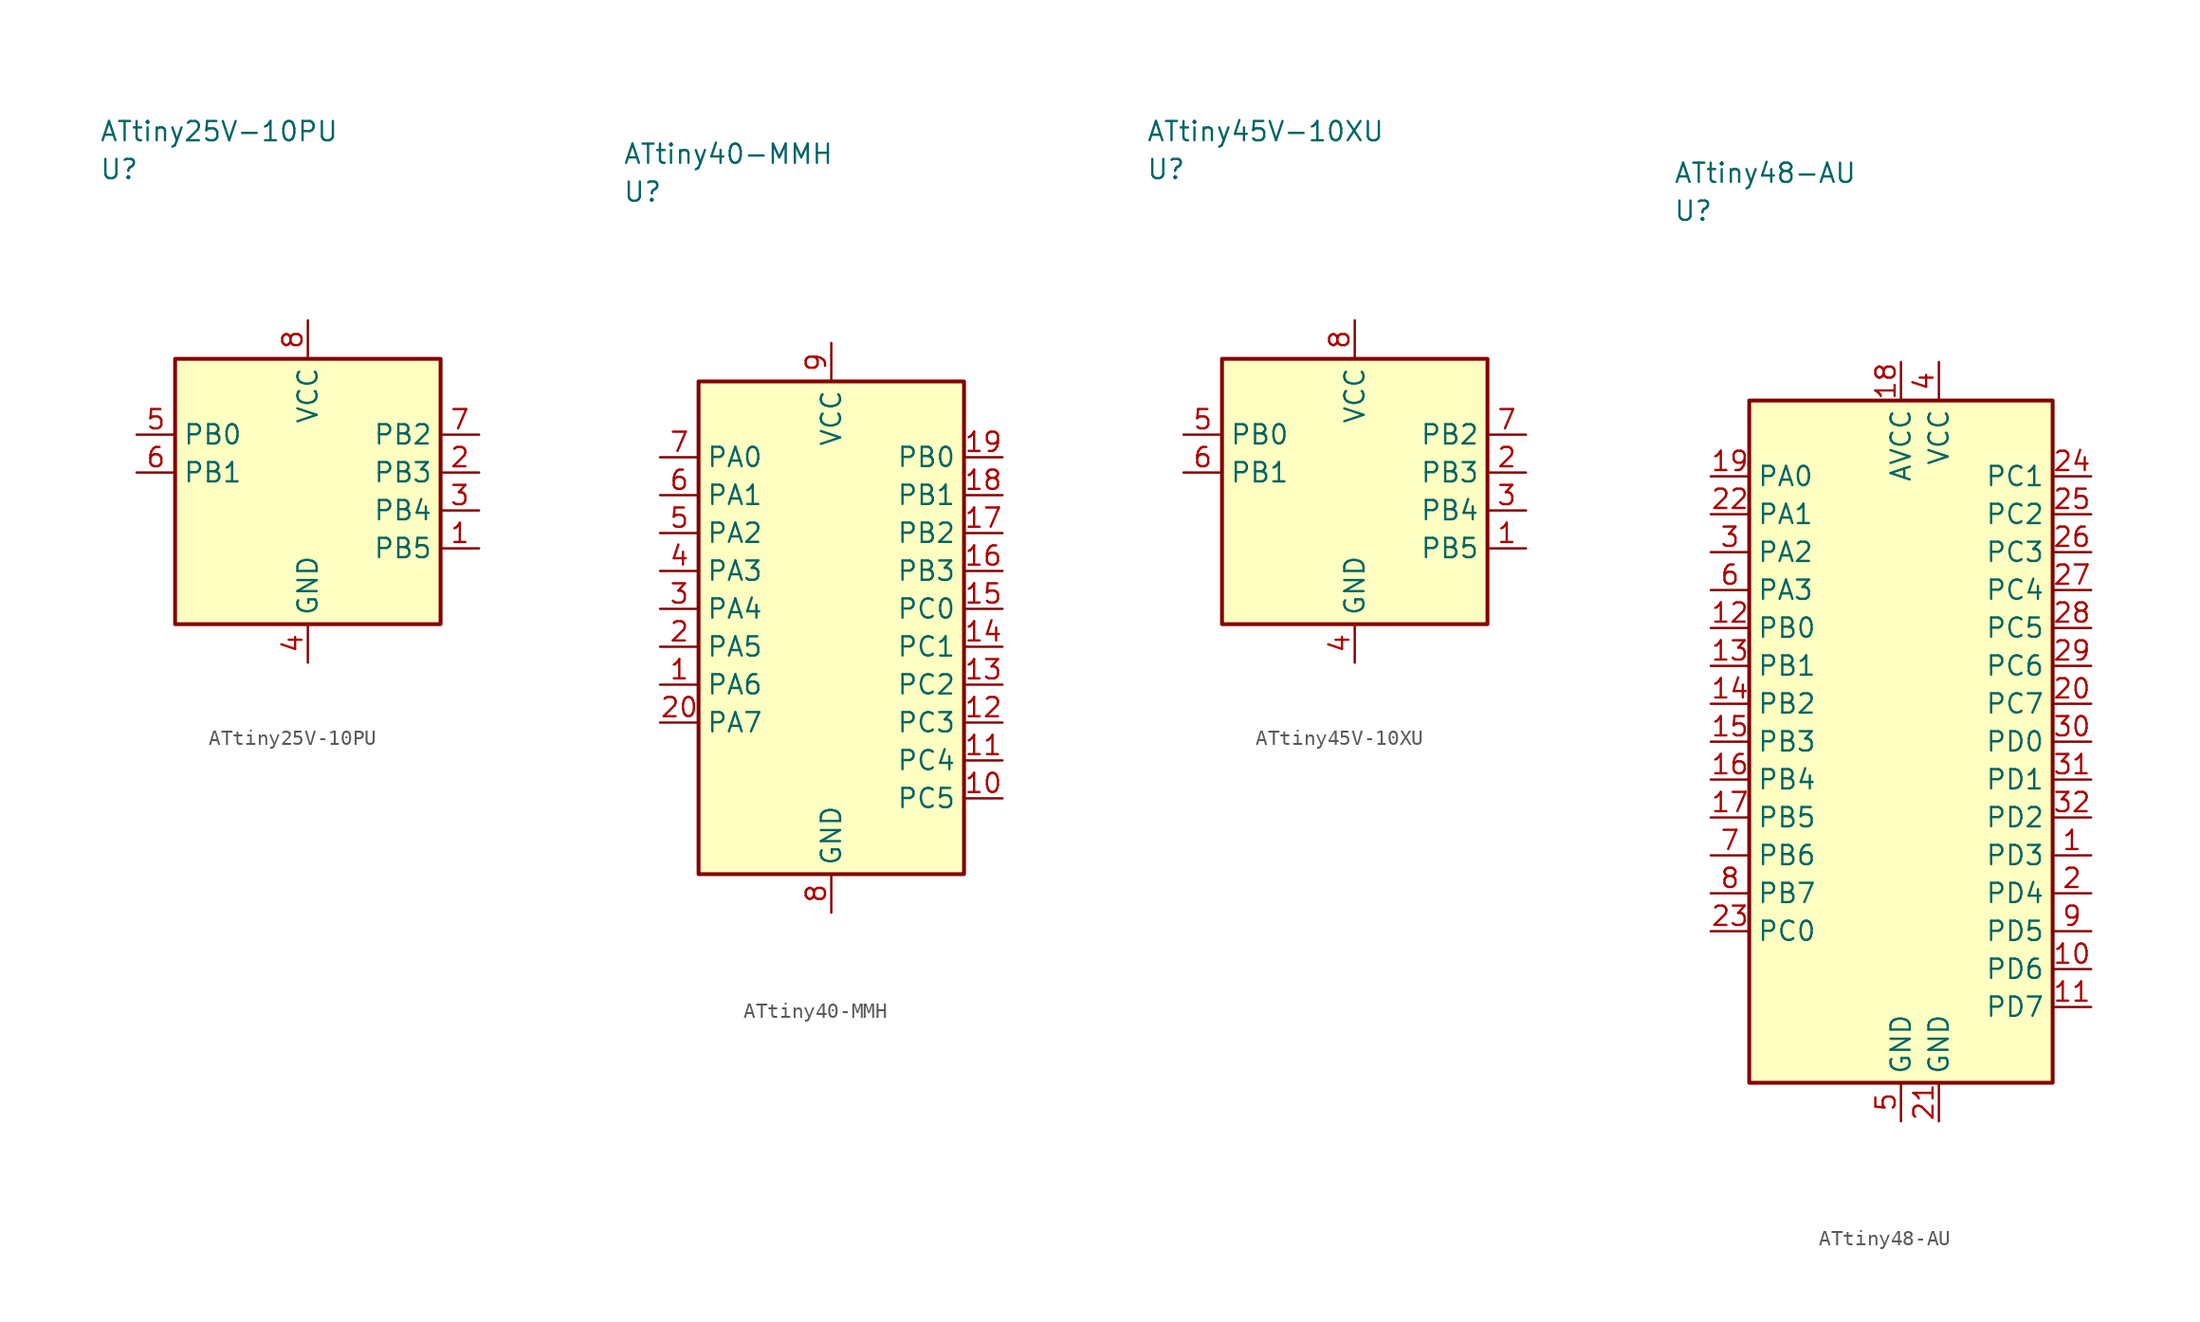
<source format=kicad_sym>
(kicad_symbol_lib
  (version 20241025)
  (generator "kicad_symbol_editor")
  (generator_version "8.0")
  (symbol "ATtiny25V-10PU"
    (property "Reference" "U"
      (at -13.75 21.25 0)
      (effects (font (size 1.27 1.27)) (justify left)))
    (property "Value" "ATtiny25V-10PU"
      (at -13.75 23.75 0)
      (effects (font (size 1.27 1.27)) (justify left)))
    (symbol "ATtiny25V-10PU_0_1"
      (rectangle (start -8.75 8.75) (end 8.75 -8.75) (stroke (width 0.254) (type default)) (fill (type background))))
    (symbol "ATtiny25V-10PU_1_1"
      (pin bidirectional line (at 11.29 -3.75 180.0) (length 2.54) (name "PB5" (effects (font (size 1.27 1.27)))) (number "1" (effects (font (size 1.27 1.27)))))
      (pin bidirectional line (at 11.29 1.25 180.0) (length 2.54) (name "PB3" (effects (font (size 1.27 1.27)))) (number "2" (effects (font (size 1.27 1.27)))))
      (pin bidirectional line (at 11.29 -1.25 180.0) (length 2.54) (name "PB4" (effects (font (size 1.27 1.27)))) (number "3" (effects (font (size 1.27 1.27)))))
      (pin passive line (at 0.0 -11.29 90.0) (length 2.54) (name "GND" (effects (font (size 1.27 1.27)))) (number "4" (effects (font (size 1.27 1.27)))))
      (pin bidirectional line (at -11.29 3.75 0.0) (length 2.54) (name "PB0" (effects (font (size 1.27 1.27)))) (number "5" (effects (font (size 1.27 1.27)))))
      (pin bidirectional line (at -11.29 1.25 0.0) (length 2.54) (name "PB1" (effects (font (size 1.27 1.27)))) (number "6" (effects (font (size 1.27 1.27)))))
      (pin bidirectional line (at 11.29 3.75 180.0) (length 2.54) (name "PB2" (effects (font (size 1.27 1.27)))) (number "7" (effects (font (size 1.27 1.27)))))
      (pin power_in line (at 0.0 11.29 270.0) (length 2.54) (name "VCC" (effects (font (size 1.27 1.27)))) (number "8" (effects (font (size 1.27 1.27)))))))
  (symbol "ATtiny40-MMH"
    (property "Reference" "U"
      (at -13.75 28.75 0)
      (effects (font (size 1.27 1.27)) (justify left)))
    (property "Value" "ATtiny40-MMH"
      (at -13.75 31.25 0)
      (effects (font (size 1.27 1.27)) (justify left)))
    (symbol "ATtiny40-MMH_0_1"
      (rectangle (start -8.75 16.25) (end 8.75 -16.25) (stroke (width 0.254) (type default)) (fill (type background))))
    (symbol "ATtiny40-MMH_1_1"
      (pin bidirectional line (at -11.29 -3.75 0.0) (length 2.54) (name "PA6" (effects (font (size 1.27 1.27)))) (number "1" (effects (font (size 1.27 1.27)))))
      (pin bidirectional line (at -11.29 -1.25 0.0) (length 2.54) (name "PA5" (effects (font (size 1.27 1.27)))) (number "2" (effects (font (size 1.27 1.27)))))
      (pin bidirectional line (at -11.29 1.25 0.0) (length 2.54) (name "PA4" (effects (font (size 1.27 1.27)))) (number "3" (effects (font (size 1.27 1.27)))))
      (pin bidirectional line (at -11.29 3.75 0.0) (length 2.54) (name "PA3" (effects (font (size 1.27 1.27)))) (number "4" (effects (font (size 1.27 1.27)))))
      (pin bidirectional line (at -11.29 6.25 0.0) (length 2.54) (name "PA2" (effects (font (size 1.27 1.27)))) (number "5" (effects (font (size 1.27 1.27)))))
      (pin bidirectional line (at -11.29 8.75 0.0) (length 2.54) (name "PA1" (effects (font (size 1.27 1.27)))) (number "6" (effects (font (size 1.27 1.27)))))
      (pin bidirectional line (at -11.29 11.25 0.0) (length 2.54) (name "PA0" (effects (font (size 1.27 1.27)))) (number "7" (effects (font (size 1.27 1.27)))))
      (pin passive line (at 0.0 -18.79 90.0) (length 2.54) (name "GND" (effects (font (size 1.27 1.27)))) (number "8" (effects (font (size 1.27 1.27)))))
      (pin power_in line (at 0.0 18.79 270.0) (length 2.54) (name "VCC" (effects (font (size 1.27 1.27)))) (number "9" (effects (font (size 1.27 1.27)))))
      (pin bidirectional line (at 11.29 -11.25 180.0) (length 2.54) (name "PC5" (effects (font (size 1.27 1.27)))) (number "10" (effects (font (size 1.27 1.27)))))
      (pin bidirectional line (at 11.29 -8.75 180.0) (length 2.54) (name "PC4" (effects (font (size 1.27 1.27)))) (number "11" (effects (font (size 1.27 1.27)))))
      (pin bidirectional line (at 11.29 -6.25 180.0) (length 2.54) (name "PC3" (effects (font (size 1.27 1.27)))) (number "12" (effects (font (size 1.27 1.27)))))
      (pin bidirectional line (at 11.29 -3.75 180.0) (length 2.54) (name "PC2" (effects (font (size 1.27 1.27)))) (number "13" (effects (font (size 1.27 1.27)))))
      (pin bidirectional line (at 11.29 -1.25 180.0) (length 2.54) (name "PC1" (effects (font (size 1.27 1.27)))) (number "14" (effects (font (size 1.27 1.27)))))
      (pin bidirectional line (at 11.29 1.25 180.0) (length 2.54) (name "PC0" (effects (font (size 1.27 1.27)))) (number "15" (effects (font (size 1.27 1.27)))))
      (pin bidirectional line (at 11.29 3.75 180.0) (length 2.54) (name "PB3" (effects (font (size 1.27 1.27)))) (number "16" (effects (font (size 1.27 1.27)))))
      (pin bidirectional line (at 11.29 6.25 180.0) (length 2.54) (name "PB2" (effects (font (size 1.27 1.27)))) (number "17" (effects (font (size 1.27 1.27)))))
      (pin bidirectional line (at 11.29 8.75 180.0) (length 2.54) (name "PB1" (effects (font (size 1.27 1.27)))) (number "18" (effects (font (size 1.27 1.27)))))
      (pin bidirectional line (at 11.29 11.25 180.0) (length 2.54) (name "PB0" (effects (font (size 1.27 1.27)))) (number "19" (effects (font (size 1.27 1.27)))))
      (pin bidirectional line (at -11.29 -6.25 0.0) (length 2.54) (name "PA7" (effects (font (size 1.27 1.27)))) (number "20" (effects (font (size 1.27 1.27)))))))
  (symbol "ATtiny45V-10XU"
    (property "Reference" "U"
      (at -13.75 21.25 0)
      (effects (font (size 1.27 1.27)) (justify left)))
    (property "Value" "ATtiny45V-10XU"
      (at -13.75 23.75 0)
      (effects (font (size 1.27 1.27)) (justify left)))
    (symbol "ATtiny45V-10XU_0_1"
      (rectangle (start -8.75 8.75) (end 8.75 -8.75) (stroke (width 0.254) (type default)) (fill (type background))))
    (symbol "ATtiny45V-10XU_1_1"
      (pin bidirectional line (at 11.29 -3.75 180.0) (length 2.54) (name "PB5" (effects (font (size 1.27 1.27)))) (number "1" (effects (font (size 1.27 1.27)))))
      (pin bidirectional line (at 11.29 1.25 180.0) (length 2.54) (name "PB3" (effects (font (size 1.27 1.27)))) (number "2" (effects (font (size 1.27 1.27)))))
      (pin bidirectional line (at 11.29 -1.25 180.0) (length 2.54) (name "PB4" (effects (font (size 1.27 1.27)))) (number "3" (effects (font (size 1.27 1.27)))))
      (pin passive line (at 0.0 -11.29 90.0) (length 2.54) (name "GND" (effects (font (size 1.27 1.27)))) (number "4" (effects (font (size 1.27 1.27)))))
      (pin bidirectional line (at -11.29 3.75 0.0) (length 2.54) (name "PB0" (effects (font (size 1.27 1.27)))) (number "5" (effects (font (size 1.27 1.27)))))
      (pin bidirectional line (at -11.29 1.25 0.0) (length 2.54) (name "PB1" (effects (font (size 1.27 1.27)))) (number "6" (effects (font (size 1.27 1.27)))))
      (pin bidirectional line (at 11.29 3.75 180.0) (length 2.54) (name "PB2" (effects (font (size 1.27 1.27)))) (number "7" (effects (font (size 1.27 1.27)))))
      (pin power_in line (at 0.0 11.29 270.0) (length 2.54) (name "VCC" (effects (font (size 1.27 1.27)))) (number "8" (effects (font (size 1.27 1.27)))))))
  (symbol "ATtiny48-AU"
    (property "Reference" "U"
      (at -15.0 35.0 0)
      (effects (font (size 1.27 1.27)) (justify left)))
    (property "Value" "ATtiny48-AU"
      (at -15.0 37.5 0)
      (effects (font (size 1.27 1.27)) (justify left)))
    (symbol "ATtiny48-AU_0_1"
      (rectangle (start -10.0 22.5) (end 10.0 -22.5) (stroke (width 0.254) (type default)) (fill (type background))))
    (symbol "ATtiny48-AU_1_1"
      (pin bidirectional line (at 12.54 -7.5 180.0) (length 2.54) (name "PD3" (effects (font (size 1.27 1.27)))) (number "1" (effects (font (size 1.27 1.27)))))
      (pin bidirectional line (at 12.54 -10.0 180.0) (length 2.54) (name "PD4" (effects (font (size 1.27 1.27)))) (number "2" (effects (font (size 1.27 1.27)))))
      (pin bidirectional line (at -12.54 12.5 0.0) (length 2.54) (name "PA2" (effects (font (size 1.27 1.27)))) (number "3" (effects (font (size 1.27 1.27)))))
      (pin power_in line (at 2.5 25.04 270.0) (length 2.54) (name "VCC" (effects (font (size 1.27 1.27)))) (number "4" (effects (font (size 1.27 1.27)))))
      (pin passive line (at 0.0 -25.04 90.0) (length 2.54) (name "GND" (effects (font (size 1.27 1.27)))) (number "5" (effects (font (size 1.27 1.27)))))
      (pin bidirectional line (at -12.54 10.0 0.0) (length 2.54) (name "PA3" (effects (font (size 1.27 1.27)))) (number "6" (effects (font (size 1.27 1.27)))))
      (pin bidirectional line (at -12.54 -7.5 0.0) (length 2.54) (name "PB6" (effects (font (size 1.27 1.27)))) (number "7" (effects (font (size 1.27 1.27)))))
      (pin bidirectional line (at -12.54 -10.0 0.0) (length 2.54) (name "PB7" (effects (font (size 1.27 1.27)))) (number "8" (effects (font (size 1.27 1.27)))))
      (pin bidirectional line (at 12.54 -12.5 180.0) (length 2.54) (name "PD5" (effects (font (size 1.27 1.27)))) (number "9" (effects (font (size 1.27 1.27)))))
      (pin bidirectional line (at 12.54 -15.0 180.0) (length 2.54) (name "PD6" (effects (font (size 1.27 1.27)))) (number "10" (effects (font (size 1.27 1.27)))))
      (pin bidirectional line (at 12.54 -17.5 180.0) (length 2.54) (name "PD7" (effects (font (size 1.27 1.27)))) (number "11" (effects (font (size 1.27 1.27)))))
      (pin bidirectional line (at -12.54 7.5 0.0) (length 2.54) (name "PB0" (effects (font (size 1.27 1.27)))) (number "12" (effects (font (size 1.27 1.27)))))
      (pin bidirectional line (at -12.54 5.0 0.0) (length 2.54) (name "PB1" (effects (font (size 1.27 1.27)))) (number "13" (effects (font (size 1.27 1.27)))))
      (pin bidirectional line (at -12.54 2.5 0.0) (length 2.54) (name "PB2" (effects (font (size 1.27 1.27)))) (number "14" (effects (font (size 1.27 1.27)))))
      (pin bidirectional line (at -12.54 0.0 0.0) (length 2.54) (name "PB3" (effects (font (size 1.27 1.27)))) (number "15" (effects (font (size 1.27 1.27)))))
      (pin bidirectional line (at -12.54 -2.5 0.0) (length 2.54) (name "PB4" (effects (font (size 1.27 1.27)))) (number "16" (effects (font (size 1.27 1.27)))))
      (pin bidirectional line (at -12.54 -5.0 0.0) (length 2.54) (name "PB5" (effects (font (size 1.27 1.27)))) (number "17" (effects (font (size 1.27 1.27)))))
      (pin power_in line (at 0.0 25.04 270.0) (length 2.54) (name "AVCC" (effects (font (size 1.27 1.27)))) (number "18" (effects (font (size 1.27 1.27)))))
      (pin bidirectional line (at -12.54 17.5 0.0) (length 2.54) (name "PA0" (effects (font (size 1.27 1.27)))) (number "19" (effects (font (size 1.27 1.27)))))
      (pin bidirectional line (at 12.54 2.5 180.0) (length 2.54) (name "PC7" (effects (font (size 1.27 1.27)))) (number "20" (effects (font (size 1.27 1.27)))))
      (pin passive line (at 2.5 -25.04 90.0) (length 2.54) (name "GND" (effects (font (size 1.27 1.27)))) (number "21" (effects (font (size 1.27 1.27)))))
      (pin bidirectional line (at -12.54 15.0 0.0) (length 2.54) (name "PA1" (effects (font (size 1.27 1.27)))) (number "22" (effects (font (size 1.27 1.27)))))
      (pin bidirectional line (at -12.54 -12.5 0.0) (length 2.54) (name "PC0" (effects (font (size 1.27 1.27)))) (number "23" (effects (font (size 1.27 1.27)))))
      (pin bidirectional line (at 12.54 17.5 180.0) (length 2.54) (name "PC1" (effects (font (size 1.27 1.27)))) (number "24" (effects (font (size 1.27 1.27)))))
      (pin bidirectional line (at 12.54 15.0 180.0) (length 2.54) (name "PC2" (effects (font (size 1.27 1.27)))) (number "25" (effects (font (size 1.27 1.27)))))
      (pin bidirectional line (at 12.54 12.5 180.0) (length 2.54) (name "PC3" (effects (font (size 1.27 1.27)))) (number "26" (effects (font (size 1.27 1.27)))))
      (pin bidirectional line (at 12.54 10.0 180.0) (length 2.54) (name "PC4" (effects (font (size 1.27 1.27)))) (number "27" (effects (font (size 1.27 1.27)))))
      (pin bidirectional line (at 12.54 7.5 180.0) (length 2.54) (name "PC5" (effects (font (size 1.27 1.27)))) (number "28" (effects (font (size 1.27 1.27)))))
      (pin bidirectional line (at 12.54 5.0 180.0) (length 2.54) (name "PC6" (effects (font (size 1.27 1.27)))) (number "29" (effects (font (size 1.27 1.27)))))
      (pin bidirectional line (at 12.54 0.0 180.0) (length 2.54) (name "PD0" (effects (font (size 1.27 1.27)))) (number "30" (effects (font (size 1.27 1.27)))))
      (pin bidirectional line (at 12.54 -2.5 180.0) (length 2.54) (name "PD1" (effects (font (size 1.27 1.27)))) (number "31" (effects (font (size 1.27 1.27)))))
      (pin bidirectional line (at 12.54 -5.0 180.0) (length 2.54) (name "PD2" (effects (font (size 1.27 1.27)))) (number "32" (effects (font (size 1.27 1.27))))))))
</source>
